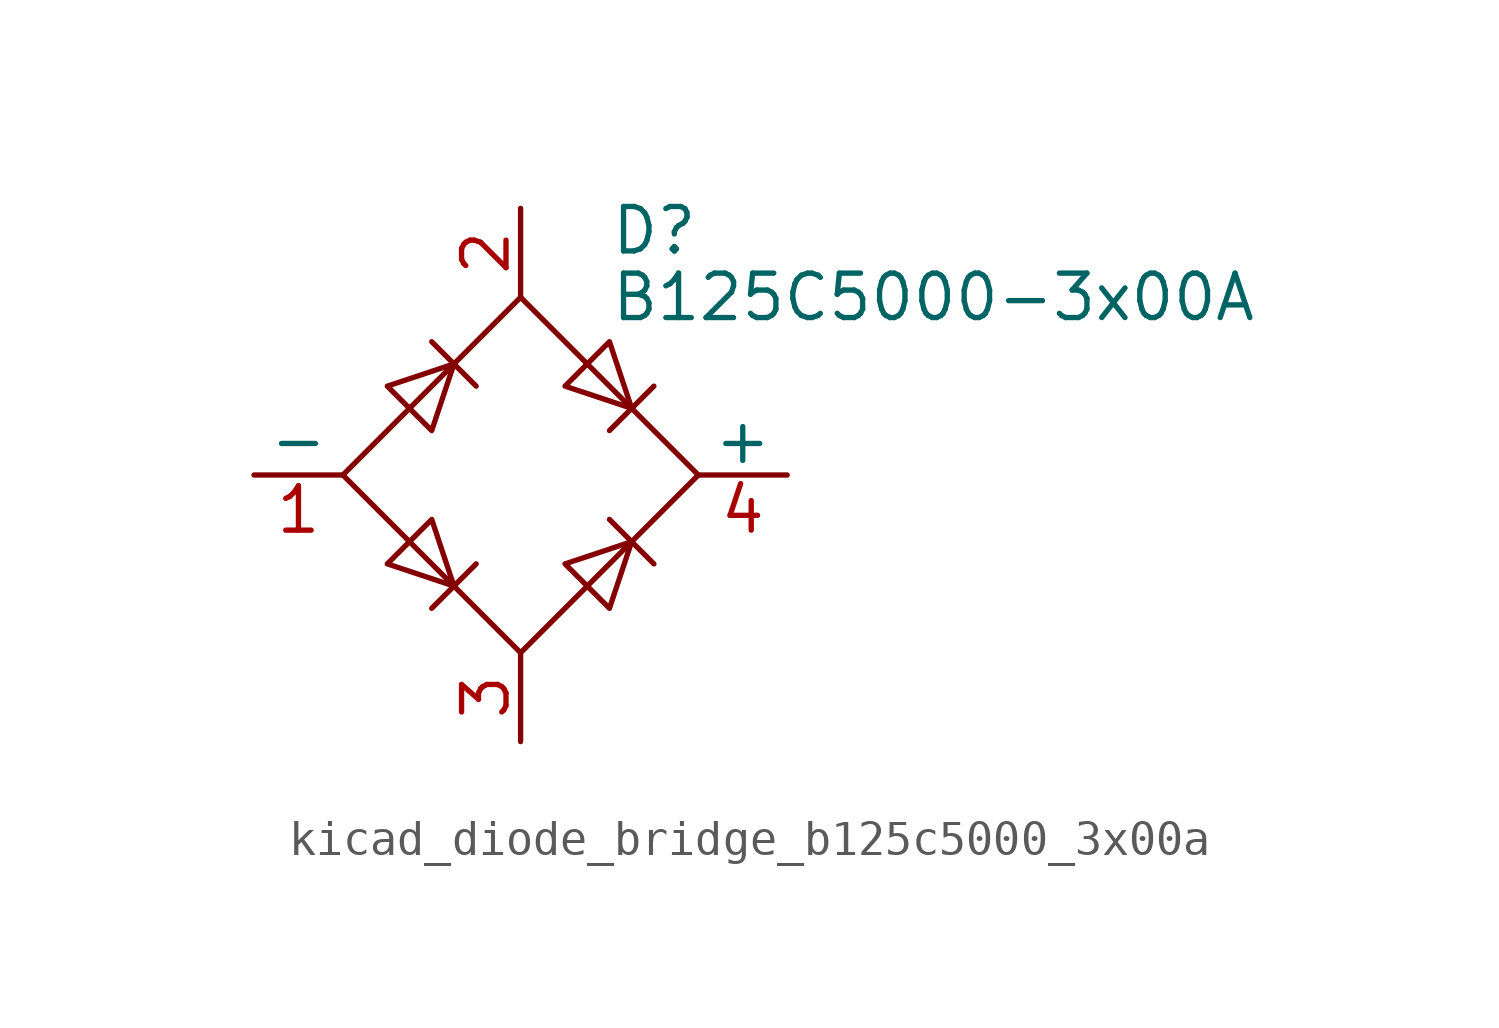
<source format=kicad_sym>
(kicad_symbol_lib
  (version 20220914)
  (generator kicad_symbol_editor)
  (symbol "kicad_diode_bridge_b125c5000_3x00a"
    (pin_names
      (offset 0))
    (property "Reference" "D"
      (at 2.54 6.985 0)
      (effects (font (size 1.27 1.27)) (justify left)))
    (property "Value" "B125C5000-3x00A"
      (at 2.54 5.08 0)
      (effects (font (size 1.27 1.27)) (justify left)))
    (symbol "kicad_diode_bridge_b125c5000_3x00a_0_1"
      (polyline (pts (xy -2.54 3.81) (xy -1.27 2.54)) (stroke (width 0) (type default)) (fill (type none)))
      (polyline (pts (xy -1.27 -2.54) (xy -2.54 -3.81)) (stroke (width 0) (type default)) (fill (type none)))
      (polyline (pts (xy 2.54 -1.27) (xy 3.81 -2.54)) (stroke (width 0) (type default)) (fill (type none)))
      (polyline (pts (xy 2.54 1.27) (xy 3.81 2.54)) (stroke (width 0) (type default)) (fill (type none)))
      (polyline (pts (xy -3.81 2.54) (xy -2.54 1.27) (xy -1.905 3.175) (xy -3.81 2.54)) (stroke (width 0) (type default)) (fill (type none)))
      (polyline (pts (xy -2.54 -1.27) (xy -3.81 -2.54) (xy -1.905 -3.175) (xy -2.54 -1.27)) (stroke (width 0) (type default)) (fill (type none)))
      (polyline (pts (xy 1.27 2.54) (xy 2.54 3.81) (xy 3.175 1.905) (xy 1.27 2.54)) (stroke (width 0) (type default)) (fill (type none)))
      (polyline (pts (xy 3.175 -1.905) (xy 1.27 -2.54) (xy 2.54 -3.81) (xy 3.175 -1.905)) (stroke (width 0) (type default)) (fill (type none)))
      (polyline (pts (xy -5.08 0) (xy 0 -5.08) (xy 5.08 0) (xy 0 5.08) (xy -5.08 0)) (stroke (width 0) (type default)) (fill (type none))))
    (symbol "kicad_diode_bridge_b125c5000_3x00a_1_1"
      (pin passive line (at -7.62 0 0) (length 2.54) (name "-" (effects (font (size 1.27 1.27)))) (number "1" (effects (font (size 1.27 1.27)))))
      (pin passive line (at 0 7.62 270) (length 2.54) (name "~" (effects (font (size 1.27 1.27)))) (number "2" (effects (font (size 1.27 1.27)))))
      (pin passive line (at 0 -7.62 90) (length 2.54) (name "~" (effects (font (size 1.27 1.27)))) (number "3" (effects (font (size 1.27 1.27)))))
      (pin passive line (at 7.62 0 180) (length 2.54) (name "+" (effects (font (size 1.27 1.27)))) (number "4" (effects (font (size 1.27 1.27))))))))
</source>
